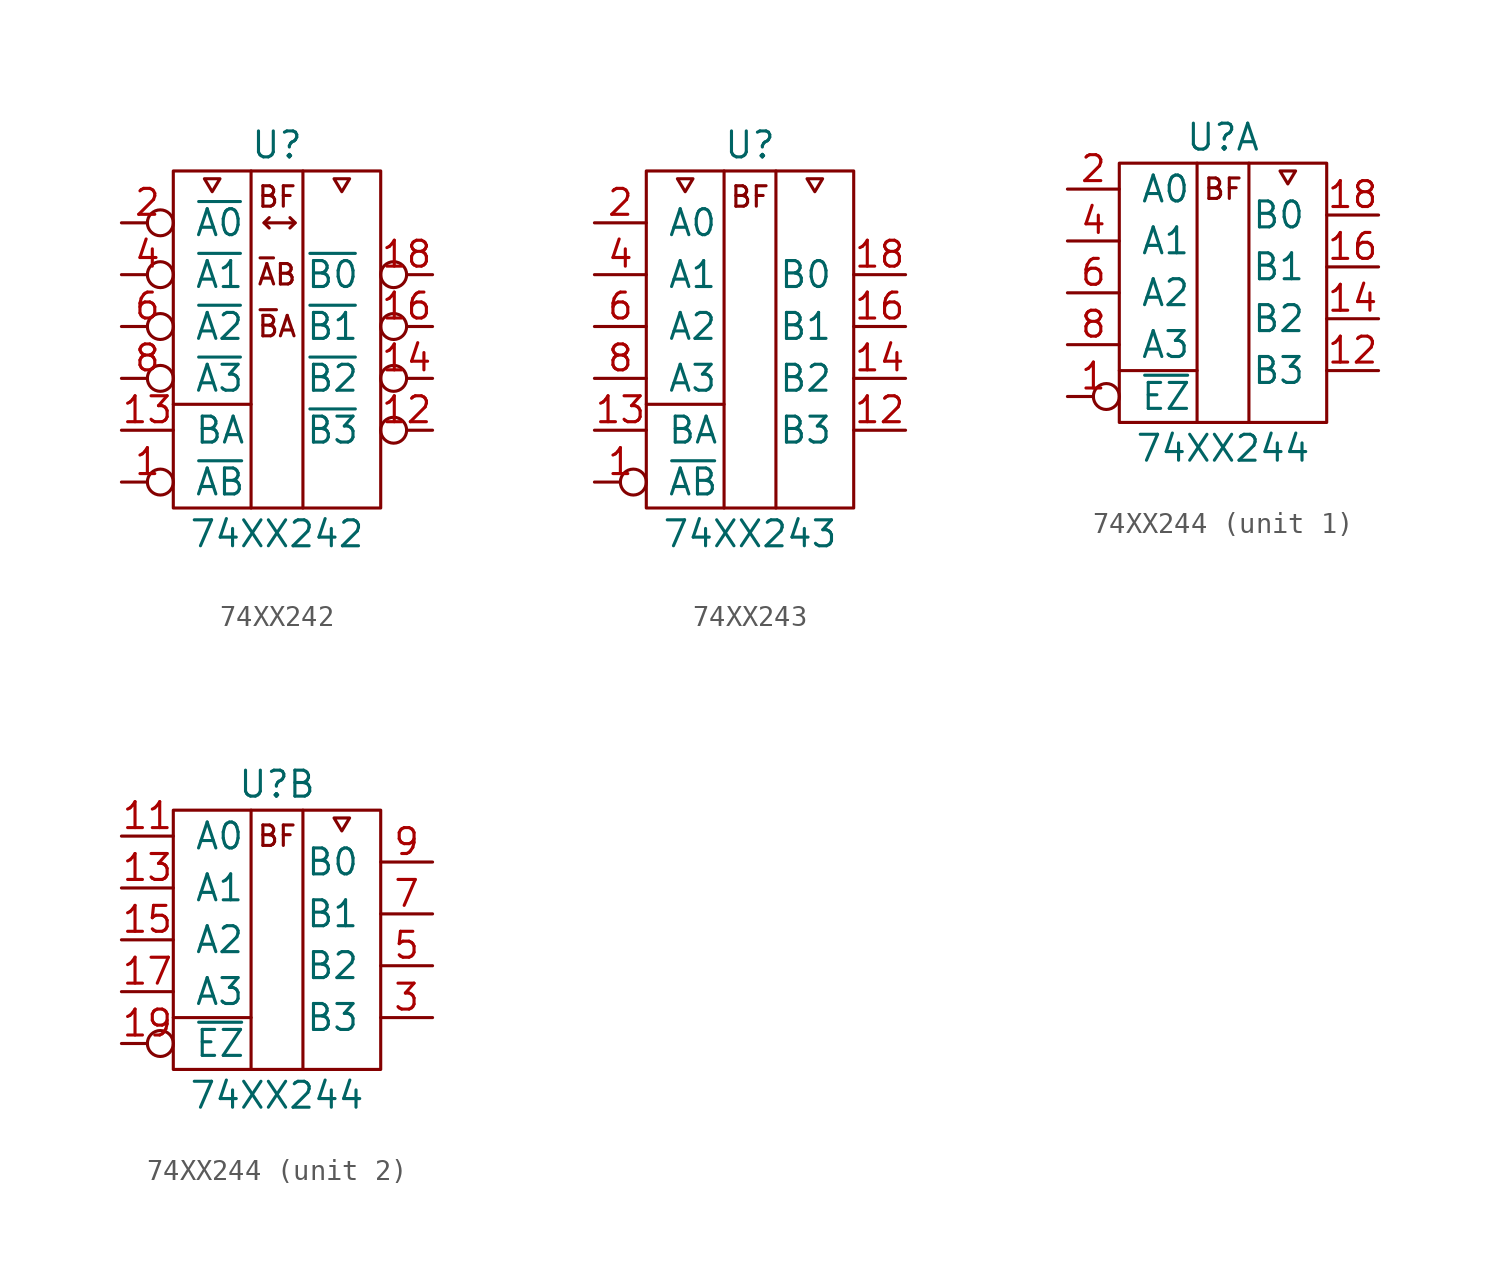
<source format=kicad_sym>
(kicad_symbol_lib
  (version 20211014)
  (generator kicad_symbol_editor)
  (symbol "74XX242"
    (pin_names
      (offset 1.016))
    (property "Reference" "U"
      (at 0 10.16 0)
      (effects (font (size 1.27 1.27))))
    (property "Value" "74XX242"
      (at 0 -8.89 0)
      (effects (font (size 1.27 1.27))))
    (symbol "74XX242_0_0"
      (text "BF" (at 0 7.62 0) (effects (font (size 1 1))))
      (text "~{A}B" (at 0 3.81 0) (effects (font (size 1 1))))
      (text "~{B}A" (at 0 1.27 0) (effects (font (size 1 1)))))
    (symbol "74XX242_0_1"
      (rectangle (start -5.08 8.89) (end 5.08 -7.62) (stroke (width 0) (type default) (color 0 0 0 0)) (fill (type none)))
      (polyline (pts (xy -5.08 -2.54) (xy -1.27 -2.54)) (stroke (width 0) (type default) (color 0 0 0 0)) (fill (type none)))
      (polyline (pts (xy -1.27 8.89) (xy -1.27 -7.62)) (stroke (width 0) (type default) (color 0 0 0 0)) (fill (type none)))
      (polyline (pts (xy -0.635 6.35) (xy 0.889 6.35)) (stroke (width 0) (type default) (color 0 0 0 0)) (fill (type none)))
      (polyline (pts (xy 1.27 -7.62) (xy 1.27 8.89)) (stroke (width 0) (type default) (color 0 0 0 0)) (fill (type none)))
      (polyline (pts (xy -0.381 6.604) (xy -0.635 6.35) (xy -0.381 6.096)) (stroke (width 0) (type default) (color 0 0 0 0)) (fill (type none)))
      (polyline (pts (xy 0.635 6.604) (xy 0.889 6.35) (xy 0.635 6.096)) (stroke (width 0) (type default) (color 0 0 0 0)) (fill (type none)))
      (polyline (pts (xy -3.175 7.874) (xy -3.556 8.509) (xy -2.794 8.509) (xy -3.175 7.874)) (stroke (width 0) (type default) (color 0 0 0 0)) (fill (type none)))
      (polyline (pts (xy 3.175 7.874) (xy 2.794 8.509) (xy 3.556 8.509) (xy 3.175 7.874)) (stroke (width 0) (type default) (color 0 0 0 0)) (fill (type none)))
      (pin power_in line (at 5.08 8.89 180) (length 0) hide (name "VCC" (effects (font (size 1.27 1.27)))) (number "14" (effects (font (size 1.27 1.27)))))
      (pin power_in line (at 5.08 -7.62 180) (length 0) hide (name "GND" (effects (font (size 1.27 1.27)))) (number "7" (effects (font (size 1.27 1.27))))))
    (symbol "74XX242_1_1"
      (pin input inverted (at -7.62 -6.35 0) (length 2.54) (name "~{AB}" (effects (font (size 1.27 1.27)))) (number "1" (effects (font (size 1.27 1.27)))))
      (pin tri_state inverted (at 7.62 -3.81 180) (length 2.54) (name "~{B3}" (effects (font (size 1.27 1.27)))) (number "12" (effects (font (size 1.27 1.27)))))
      (pin input line (at -7.62 -3.81 0) (length 2.54) (name "BA" (effects (font (size 1.27 1.27)))) (number "13" (effects (font (size 1.27 1.27)))))
      (pin tri_state inverted (at 7.62 -1.27 180) (length 2.54) (name "~{B2}" (effects (font (size 1.27 1.27)))) (number "14" (effects (font (size 1.27 1.27)))))
      (pin tri_state inverted (at 7.62 1.27 180) (length 2.54) (name "~{B1}" (effects (font (size 1.27 1.27)))) (number "16" (effects (font (size 1.27 1.27)))))
      (pin tri_state inverted (at 7.62 3.81 180) (length 2.54) (name "~{B0}" (effects (font (size 1.27 1.27)))) (number "18" (effects (font (size 1.27 1.27)))))
      (pin input inverted (at -7.62 6.35 0) (length 2.54) (name "~{A0}" (effects (font (size 1.27 1.27)))) (number "2" (effects (font (size 1.27 1.27)))))
      (pin input inverted (at -7.62 3.81 0) (length 2.54) (name "~{A1}" (effects (font (size 1.27 1.27)))) (number "4" (effects (font (size 1.27 1.27)))))
      (pin input inverted (at -7.62 1.27 0) (length 2.54) (name "~{A2}" (effects (font (size 1.27 1.27)))) (number "6" (effects (font (size 1.27 1.27)))))
      (pin input inverted (at -7.62 -1.27 0) (length 2.54) (name "~{A3}" (effects (font (size 1.27 1.27)))) (number "8" (effects (font (size 1.27 1.27)))))))
  (symbol "74XX243"
    (pin_names
      (offset 1.016))
    (property "Reference" "U"
      (at 0 10.16 0)
      (effects (font (size 1.27 1.27))))
    (property "Value" "74XX243"
      (at 0 -8.89 0)
      (effects (font (size 1.27 1.27))))
    (symbol "74XX243_0_0"
      (text "BF" (at 0 7.62 0) (effects (font (size 1 1)))))
    (symbol "74XX243_0_1"
      (rectangle (start -5.08 8.89) (end 5.08 -7.62) (stroke (width 0) (type default) (color 0 0 0 0)) (fill (type none)))
      (polyline (pts (xy -5.08 -2.54) (xy -1.27 -2.54)) (stroke (width 0) (type default) (color 0 0 0 0)) (fill (type none)))
      (polyline (pts (xy -1.27 8.89) (xy -1.27 -7.62)) (stroke (width 0) (type default) (color 0 0 0 0)) (fill (type none)))
      (polyline (pts (xy 1.27 -7.62) (xy 1.27 8.89)) (stroke (width 0) (type default) (color 0 0 0 0)) (fill (type none)))
      (polyline (pts (xy -3.175 7.874) (xy -3.556 8.509) (xy -2.794 8.509) (xy -3.175 7.874)) (stroke (width 0) (type default) (color 0 0 0 0)) (fill (type none)))
      (polyline (pts (xy 3.175 7.874) (xy 2.794 8.509) (xy 3.556 8.509) (xy 3.175 7.874)) (stroke (width 0) (type default) (color 0 0 0 0)) (fill (type none)))
      (pin power_in line (at 5.08 8.89 180) (length 0) hide (name "VCC" (effects (font (size 1.27 1.27)))) (number "14" (effects (font (size 1.27 1.27)))))
      (pin power_in line (at 5.08 -7.62 180) (length 0) hide (name "GND" (effects (font (size 1.27 1.27)))) (number "7" (effects (font (size 1.27 1.27))))))
    (symbol "74XX243_1_1"
      (pin input inverted (at -7.62 -6.35 0) (length 2.54) (name "~{AB}" (effects (font (size 1.27 1.27)))) (number "1" (effects (font (size 1.27 1.27)))))
      (pin tri_state line (at 7.62 -3.81 180) (length 2.54) (name "B3" (effects (font (size 1.27 1.27)))) (number "12" (effects (font (size 1.27 1.27)))))
      (pin input line (at -7.62 -3.81 0) (length 2.54) (name "BA" (effects (font (size 1.27 1.27)))) (number "13" (effects (font (size 1.27 1.27)))))
      (pin tri_state line (at 7.62 -1.27 180) (length 2.54) (name "B2" (effects (font (size 1.27 1.27)))) (number "14" (effects (font (size 1.27 1.27)))))
      (pin tri_state line (at 7.62 1.27 180) (length 2.54) (name "B1" (effects (font (size 1.27 1.27)))) (number "16" (effects (font (size 1.27 1.27)))))
      (pin tri_state line (at 7.62 3.81 180) (length 2.54) (name "B0" (effects (font (size 1.27 1.27)))) (number "18" (effects (font (size 1.27 1.27)))))
      (pin tri_state line (at -7.62 6.35 0) (length 2.54) (name "A0" (effects (font (size 1.27 1.27)))) (number "2" (effects (font (size 1.27 1.27)))))
      (pin tri_state line (at -7.62 3.81 0) (length 2.54) (name "A1" (effects (font (size 1.27 1.27)))) (number "4" (effects (font (size 1.27 1.27)))))
      (pin tri_state line (at -7.62 1.27 0) (length 2.54) (name "A2" (effects (font (size 1.27 1.27)))) (number "6" (effects (font (size 1.27 1.27)))))
      (pin tri_state line (at -7.62 -1.27 0) (length 2.54) (name "A3" (effects (font (size 1.27 1.27)))) (number "8" (effects (font (size 1.27 1.27)))))))
  (symbol "74XX244"
    (pin_names
      (offset 1.016))
    (property "Reference" "U"
      (at 0 7.62 0)
      (effects (font (size 1.27 1.27))))
    (property "Value" "74XX244"
      (at 0 -7.62 0)
      (effects (font (size 1.27 1.27))))
    (symbol "74XX244_0_0"
      (text "BF" (at 0 5.08 0) (effects (font (size 1 1)))))
    (symbol "74XX244_0_1"
      (rectangle (start -5.08 -6.35) (end 5.08 6.35) (stroke (width 0) (type default) (color 0 0 0 0)) (fill (type none)))
      (polyline (pts (xy -5.08 -3.81) (xy -1.27 -3.81)) (stroke (width 0) (type default) (color 0 0 0 0)) (fill (type none)))
      (polyline (pts (xy -1.27 6.35) (xy -1.27 -6.35)) (stroke (width 0) (type default) (color 0 0 0 0)) (fill (type none)))
      (polyline (pts (xy 1.27 -6.35) (xy 1.27 6.35)) (stroke (width 0) (type default) (color 0 0 0 0)) (fill (type none)))
      (polyline (pts (xy 3.175 5.334) (xy 2.794 5.969) (xy 3.556 5.969) (xy 3.175 5.334)) (stroke (width 0) (type default) (color 0 0 0 0)) (fill (type none)))
      (pin power_in line (at 5.08 -6.35 180) (length 0) hide (name "GND" (effects (font (size 1.27 1.27)))) (number "10" (effects (font (size 1.27 1.27)))))
      (pin power_in line (at 5.08 6.35 180) (length 0) hide (name "VCC" (effects (font (size 1.27 1.27)))) (number "20" (effects (font (size 1.27 1.27))))))
    (symbol "74XX244_1_1"
      (pin input inverted (at -7.62 -5.08 0) (length 2.54) (name "~{EZ}" (effects (font (size 1.27 1.27)))) (number "1" (effects (font (size 1.27 1.27)))))
      (pin tri_state line (at 7.62 -3.81 180) (length 2.54) (name "B3" (effects (font (size 1.27 1.27)))) (number "12" (effects (font (size 1.27 1.27)))))
      (pin tri_state line (at 7.62 -1.27 180) (length 2.54) (name "B2" (effects (font (size 1.27 1.27)))) (number "14" (effects (font (size 1.27 1.27)))))
      (pin tri_state line (at 7.62 1.27 180) (length 2.54) (name "B1" (effects (font (size 1.27 1.27)))) (number "16" (effects (font (size 1.27 1.27)))))
      (pin tri_state line (at 7.62 3.81 180) (length 2.54) (name "B0" (effects (font (size 1.27 1.27)))) (number "18" (effects (font (size 1.27 1.27)))))
      (pin input line (at -7.62 5.08 0) (length 2.54) (name "A0" (effects (font (size 1.27 1.27)))) (number "2" (effects (font (size 1.27 1.27)))))
      (pin input line (at -7.62 2.54 0) (length 2.54) (name "A1" (effects (font (size 1.27 1.27)))) (number "4" (effects (font (size 1.27 1.27)))))
      (pin input line (at -7.62 0 0) (length 2.54) (name "A2" (effects (font (size 1.27 1.27)))) (number "6" (effects (font (size 1.27 1.27)))))
      (pin input line (at -7.62 -2.54 0) (length 2.54) (name "A3" (effects (font (size 1.27 1.27)))) (number "8" (effects (font (size 1.27 1.27))))))
    (symbol "74XX244_2_1"
      (pin input line (at -7.62 5.08 0) (length 2.54) (name "A0" (effects (font (size 1.27 1.27)))) (number "11" (effects (font (size 1.27 1.27)))))
      (pin input line (at -7.62 2.54 0) (length 2.54) (name "A1" (effects (font (size 1.27 1.27)))) (number "13" (effects (font (size 1.27 1.27)))))
      (pin input line (at -7.62 0 0) (length 2.54) (name "A2" (effects (font (size 1.27 1.27)))) (number "15" (effects (font (size 1.27 1.27)))))
      (pin input line (at -7.62 -2.54 0) (length 2.54) (name "A3" (effects (font (size 1.27 1.27)))) (number "17" (effects (font (size 1.27 1.27)))))
      (pin input inverted (at -7.62 -5.08 0) (length 2.54) (name "~{EZ}" (effects (font (size 1.27 1.27)))) (number "19" (effects (font (size 1.27 1.27)))))
      (pin tri_state line (at 7.62 -3.81 180) (length 2.54) (name "B3" (effects (font (size 1.27 1.27)))) (number "3" (effects (font (size 1.27 1.27)))))
      (pin tri_state line (at 7.62 -1.27 180) (length 2.54) (name "B2" (effects (font (size 1.27 1.27)))) (number "5" (effects (font (size 1.27 1.27)))))
      (pin tri_state line (at 7.62 1.27 180) (length 2.54) (name "B1" (effects (font (size 1.27 1.27)))) (number "7" (effects (font (size 1.27 1.27)))))
      (pin tri_state line (at 7.62 3.81 180) (length 2.54) (name "B0" (effects (font (size 1.27 1.27)))) (number "9" (effects (font (size 1.27 1.27))))))))
</source>
